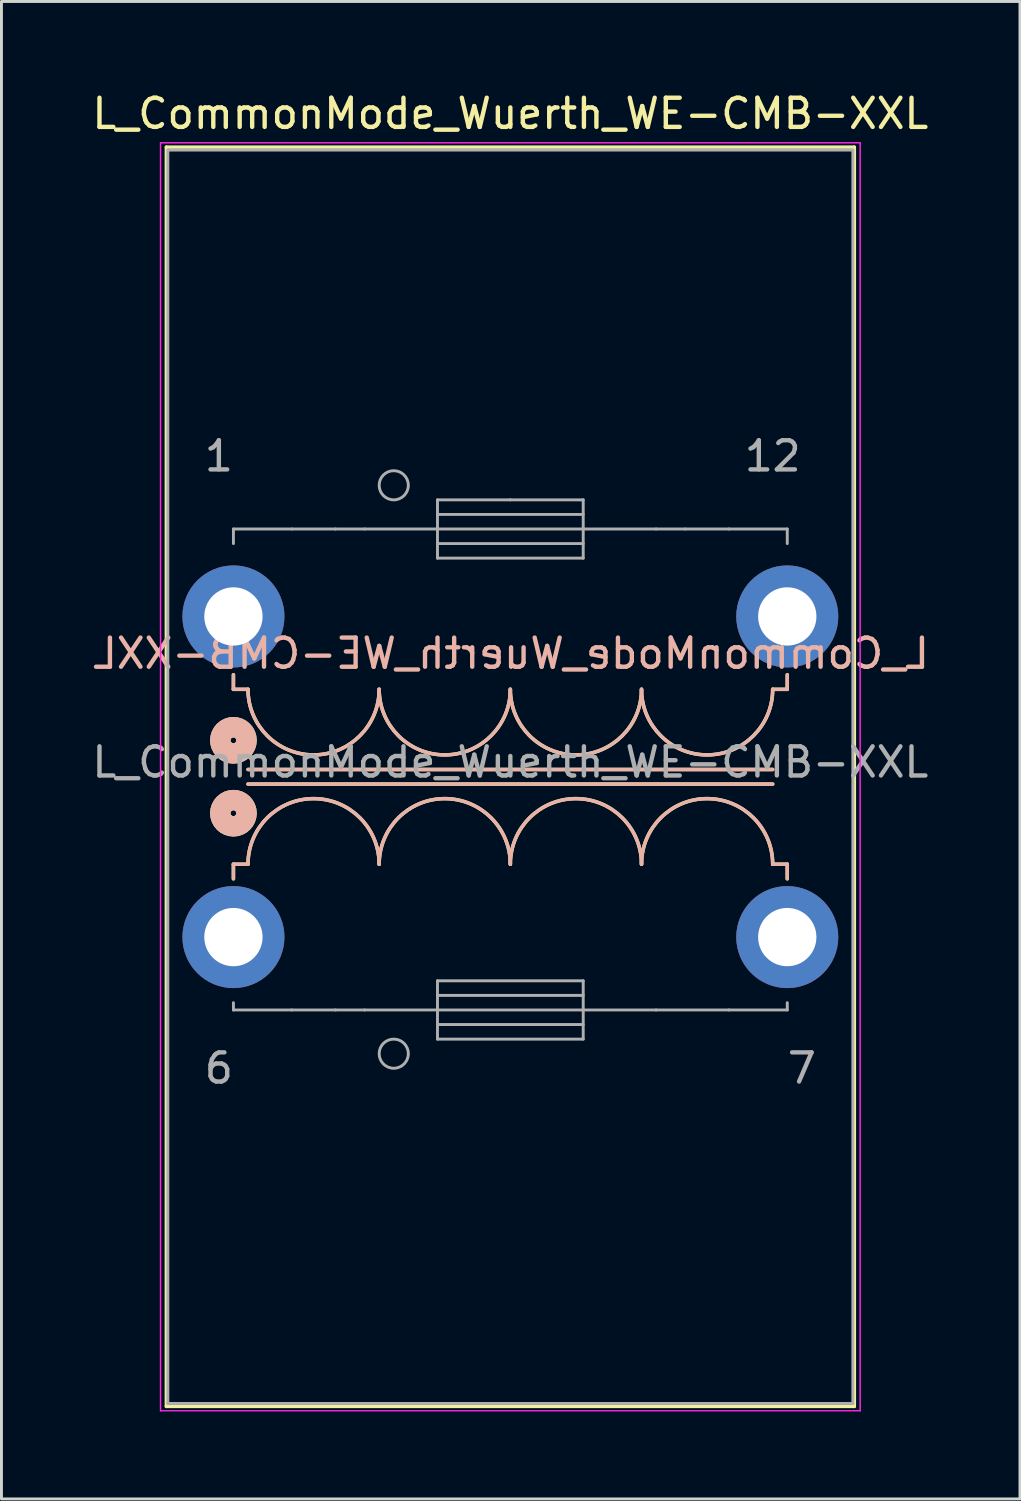
<source format=kicad_pcb>
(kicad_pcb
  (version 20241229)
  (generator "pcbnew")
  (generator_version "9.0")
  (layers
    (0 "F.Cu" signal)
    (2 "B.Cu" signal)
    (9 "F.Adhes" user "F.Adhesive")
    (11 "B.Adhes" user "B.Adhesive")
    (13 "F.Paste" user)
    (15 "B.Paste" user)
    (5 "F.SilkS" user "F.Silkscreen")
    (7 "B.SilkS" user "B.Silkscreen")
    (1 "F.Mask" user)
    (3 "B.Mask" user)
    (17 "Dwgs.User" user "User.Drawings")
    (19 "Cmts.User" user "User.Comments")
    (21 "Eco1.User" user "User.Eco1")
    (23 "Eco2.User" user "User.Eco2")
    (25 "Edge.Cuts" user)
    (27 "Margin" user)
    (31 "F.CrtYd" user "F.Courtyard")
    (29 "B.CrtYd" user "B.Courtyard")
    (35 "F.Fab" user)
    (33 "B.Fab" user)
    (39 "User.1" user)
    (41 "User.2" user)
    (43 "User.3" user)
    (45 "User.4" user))
  (footprint "L_CommonMode_Wuerth_WE-CMB-XXL"
    (layer "F.Cu")
    (at 4.958 18.098)
    (property "Reference" "L_CommonMode_Wuerth_WE-CMB-XXL" (at 9.5 -17.25 0) (layer "F.SilkS") (effects (font (size 1 1) (thickness 0.15))))
    (fp_line (start -2.3 -16.1) (end 21.3 -16.1) (stroke (width 0.12) (type solid)) (layer "F.SilkS"))
    (fp_line (start -2.3 27.1) (end -2.3 -16.1) (stroke (width 0.12) (type solid)) (layer "F.SilkS"))
    (fp_line (start 0 2.5) (end 0 2) (stroke (width 0.12) (type solid)) (layer "F.SilkS"))
    (fp_line (start 0 8.5) (end 0 9) (stroke (width 0.12) (type solid)) (layer "F.SilkS"))
    (fp_line (start 0.5 2.5) (end 0 2.5) (stroke (width 0.12) (type solid)) (layer "F.SilkS"))
    (fp_line (start 0.5 5.75) (end 18.5 5.75) (stroke (width 0.12) (type solid)) (layer "F.SilkS"))
    (fp_line (start 0.5 8.5) (end 0 8.5) (stroke (width 0.12) (type solid)) (layer "F.SilkS"))
    (fp_line (start 18.5 2.5) (end 19 2.5) (stroke (width 0.12) (type solid)) (layer "F.SilkS"))
    (fp_line (start 18.5 5.25) (end 0.5 5.25) (stroke (width 0.12) (type solid)) (layer "F.SilkS"))
    (fp_line (start 18.5 8.5) (end 19 8.5) (stroke (width 0.12) (type solid)) (layer "F.SilkS"))
    (fp_line (start 19 2.5) (end 19 2) (stroke (width 0.12) (type solid)) (layer "F.SilkS"))
    (fp_line (start 19 8.5) (end 19 9) (stroke (width 0.12) (type solid)) (layer "F.SilkS"))
    (fp_line (start 21.3 -16.1) (end 21.3 27.1) (stroke (width 0.12) (type solid)) (layer "F.SilkS"))
    (fp_line (start 21.3 27.1) (end -2.3 27.1) (stroke (width 0.12) (type solid)) (layer "F.SilkS"))
    (fp_arc (start 0.5 8.5) (mid 2.75 6.25) (end 5 8.5) (stroke (width 0.12) (type solid)) (layer "F.SilkS"))
    (fp_arc (start 5 2.5) (mid 2.75 4.75) (end 0.5 2.5) (stroke (width 0.12) (type solid)) (layer "F.SilkS"))
    (fp_arc (start 5 8.5) (mid 7.25 6.25) (end 9.5 8.5) (stroke (width 0.12) (type solid)) (layer "F.SilkS"))
    (fp_arc (start 9.5 2.5) (mid 7.25 4.75) (end 5 2.5) (stroke (width 0.12) (type solid)) (layer "F.SilkS"))
    (fp_arc (start 9.5 8.5) (mid 11.75 6.25) (end 14 8.5) (stroke (width 0.12) (type solid)) (layer "F.SilkS"))
    (fp_arc (start 14 2.5) (mid 11.75 4.75) (end 9.5 2.5) (stroke (width 0.12) (type solid)) (layer "F.SilkS"))
    (fp_arc (start 14 8.5) (mid 16.25 6.25) (end 18.5 8.5) (stroke (width 0.12) (type solid)) (layer "F.SilkS"))
    (fp_arc (start 18.5 2.5) (mid 16.25 4.75) (end 14 2.5) (stroke (width 0.12) (type solid)) (layer "F.SilkS"))
    (fp_circle (center 0 4.25) (end 0.1 4.25) (stroke (width 0.7) (type solid)) (fill no) (layer "F.SilkS"))
    (fp_circle (center 0 6.75) (end 0.1 6.75) (stroke (width 0.7) (type solid)) (fill no) (layer "F.SilkS"))
    (fp_line (start 0 2.5) (end 0 2) (stroke (width 0.12) (type solid)) (layer "B.SilkS"))
    (fp_line (start 0 8.5) (end 0 9) (stroke (width 0.12) (type solid)) (layer "B.SilkS"))
    (fp_line (start 0.5 2.5) (end 0 2.5) (stroke (width 0.12) (type solid)) (layer "B.SilkS"))
    (fp_line (start 0.5 5.25) (end 18.5 5.25) (stroke (width 0.12) (type solid)) (layer "B.SilkS"))
    (fp_line (start 0.5 8.5) (end 0 8.5) (stroke (width 0.12) (type solid)) (layer "B.SilkS"))
    (fp_line (start 18.5 2.5) (end 19 2.5) (stroke (width 0.12) (type solid)) (layer "B.SilkS"))
    (fp_line (start 18.5 5.75) (end 0.5 5.75) (stroke (width 0.12) (type solid)) (layer "B.SilkS"))
    (fp_line (start 18.5 8.5) (end 19 8.5) (stroke (width 0.12) (type solid)) (layer "B.SilkS"))
    (fp_line (start 19 2.5) (end 19 2) (stroke (width 0.12) (type solid)) (layer "B.SilkS"))
    (fp_line (start 19 8.5) (end 19 9) (stroke (width 0.12) (type solid)) (layer "B.SilkS"))
    (fp_arc (start 0.5 8.5) (mid 2.75 6.25) (end 5 8.5) (stroke (width 0.12) (type solid)) (layer "B.SilkS"))
    (fp_arc (start 5 2.5) (mid 2.75 4.75) (end 0.5 2.5) (stroke (width 0.12) (type solid)) (layer "B.SilkS"))
    (fp_arc (start 5 8.5) (mid 7.25 6.25) (end 9.5 8.5) (stroke (width 0.12) (type solid)) (layer "B.SilkS"))
    (fp_arc (start 9.5 2.5) (mid 7.25 4.75) (end 5 2.5) (stroke (width 0.12) (type solid)) (layer "B.SilkS"))
    (fp_arc (start 9.5 8.5) (mid 11.75 6.25) (end 14 8.5) (stroke (width 0.12) (type solid)) (layer "B.SilkS"))
    (fp_arc (start 14 2.5) (mid 11.75 4.75) (end 9.5 2.5) (stroke (width 0.12) (type solid)) (layer "B.SilkS"))
    (fp_arc (start 14 8.5) (mid 16.25 6.25) (end 18.5 8.5) (stroke (width 0.12) (type solid)) (layer "B.SilkS"))
    (fp_arc (start 18.5 2.5) (mid 16.25 4.75) (end 14 2.5) (stroke (width 0.12) (type solid)) (layer "B.SilkS"))
    (fp_circle (center 0 4.25) (end 0.1 4.25) (stroke (width 0.7) (type solid)) (fill no) (layer "B.SilkS"))
    (fp_circle (center 0 6.75) (end 0.1 6.75) (stroke (width 0.7) (type solid)) (fill no) (layer "B.SilkS"))
    (fp_line (start -2.5 -16.25) (end 21.5 -16.25) (stroke (width 0.05) (type solid)) (layer "F.CrtYd"))
    (fp_line (start -2.5 27.25) (end -2.5 -16.25) (stroke (width 0.05) (type solid)) (layer "F.CrtYd"))
    (fp_line (start 21.5 -16.25) (end 21.5 27.25) (stroke (width 0.05) (type solid)) (layer "F.CrtYd"))
    (fp_line (start 21.5 27.25) (end -2.5 27.25) (stroke (width 0.05) (type solid)) (layer "F.CrtYd"))
    (fp_line (start -2.25 -16) (end -2.25 27) (stroke (width 0.1) (type solid)) (layer "F.Fab"))
    (fp_line (start -2.25 27) (end 21.25 27) (stroke (width 0.1) (type solid)) (layer "F.Fab"))
    (fp_line (start 0 -3) (end 0 -2.5) (stroke (width 0.1) (type solid)) (layer "F.Fab"))
    (fp_line (start 0 13.5) (end 0 13.25) (stroke (width 0.1) (type solid)) (layer "F.Fab"))
    (fp_line (start 2 -3) (end 0 -3) (stroke (width 0.1) (type solid)) (layer "F.Fab"))
    (fp_line (start 2 13.5) (end 0 13.5) (stroke (width 0.1) (type solid)) (layer "F.Fab"))
    (fp_line (start 3.5 -3) (end 2 -3) (stroke (width 0.1) (type solid)) (layer "F.Fab"))
    (fp_line (start 3.5 13.5) (end 2 13.5) (stroke (width 0.1) (type solid)) (layer "F.Fab"))
    (fp_line (start 4.5 -3) (end 3.5 -3) (stroke (width 0.1) (type solid)) (layer "F.Fab"))
    (fp_line (start 4.5 13.5) (end 3.5 13.5) (stroke (width 0.1) (type solid)) (layer "F.Fab"))
    (fp_line (start 4.5 13.5) (end 7 13.5) (stroke (width 0.1) (type solid)) (layer "F.Fab"))
    (fp_line (start 7 -4) (end 9.5 -4) (stroke (width 0.1) (type solid)) (layer "F.Fab"))
    (fp_line (start 7 -3) (end 4.5 -3) (stroke (width 0.1) (type solid)) (layer "F.Fab"))
    (fp_line (start 7 -3) (end 12 -3) (stroke (width 0.1) (type solid)) (layer "F.Fab"))
    (fp_line (start 7 -2.5) (end 12 -2.5) (stroke (width 0.1) (type solid)) (layer "F.Fab"))
    (fp_line (start 7 -2) (end 7 -4) (stroke (width 0.1) (type solid)) (layer "F.Fab"))
    (fp_line (start 7 12.5) (end 12 12.5) (stroke (width 0.1) (type solid)) (layer "F.Fab"))
    (fp_line (start 7 14) (end 12 14) (stroke (width 0.1) (type solid)) (layer "F.Fab"))
    (fp_line (start 7 14.5) (end 7 12.5) (stroke (width 0.1) (type solid)) (layer "F.Fab"))
    (fp_line (start 9.5 -4) (end 12 -4) (stroke (width 0.1) (type solid)) (layer "F.Fab"))
    (fp_line (start 12 -4) (end 12 -2) (stroke (width 0.1) (type solid)) (layer "F.Fab"))
    (fp_line (start 12 -3.5) (end 7 -3.5) (stroke (width 0.1) (type solid)) (layer "F.Fab"))
    (fp_line (start 12 -3) (end 14.5 -3) (stroke (width 0.1) (type solid)) (layer "F.Fab"))
    (fp_line (start 12 -2) (end 7 -2) (stroke (width 0.1) (type solid)) (layer "F.Fab"))
    (fp_line (start 12 12.5) (end 12 14.5) (stroke (width 0.1) (type solid)) (layer "F.Fab"))
    (fp_line (start 12 13) (end 7 13) (stroke (width 0.1) (type solid)) (layer "F.Fab"))
    (fp_line (start 12 13.5) (end 7 13.5) (stroke (width 0.1) (type solid)) (layer "F.Fab"))
    (fp_line (start 12 14.5) (end 7 14.5) (stroke (width 0.1) (type solid)) (layer "F.Fab"))
    (fp_line (start 14.5 -3) (end 15.5 -3) (stroke (width 0.1) (type solid)) (layer "F.Fab"))
    (fp_line (start 14.5 13.5) (end 12 13.5) (stroke (width 0.1) (type solid)) (layer "F.Fab"))
    (fp_line (start 14.5 13.5) (end 17 13.5) (stroke (width 0.1) (type solid)) (layer "F.Fab"))
    (fp_line (start 15.5 -3) (end 17 -3) (stroke (width 0.1) (type solid)) (layer "F.Fab"))
    (fp_line (start 17 -3) (end 19 -3) (stroke (width 0.1) (type solid)) (layer "F.Fab"))
    (fp_line (start 17 13.5) (end 19 13.5) (stroke (width 0.1) (type solid)) (layer "F.Fab"))
    (fp_line (start 19 -3) (end 19 -2.5) (stroke (width 0.1) (type solid)) (layer "F.Fab"))
    (fp_line (start 19 13.5) (end 19 13.25) (stroke (width 0.1) (type solid)) (layer "F.Fab"))
    (fp_line (start 21.25 -16) (end -2.25 -16) (stroke (width 0.1) (type solid)) (layer "F.Fab"))
    (fp_line (start 21.25 27) (end 21.25 -16) (stroke (width 0.1) (type solid)) (layer "F.Fab"))
    (fp_circle (center 5.5 -4.5) (end 6 -4.5) (stroke (width 0.1) (type solid)) (fill no) (layer "F.Fab"))
    (fp_circle (center 5.5 15) (end 6 15) (stroke (width 0.1) (type solid)) (fill no) (layer "F.Fab"))
    (fp_text user "${REFERENCE}" (at 9.525 1.27 0) (layer "B.SilkS") (effects (font (size 1 1) (thickness 0.15)) (justify mirror)))
    (fp_text user "6" (at -0.5 15.5 0) (layer "F.Fab") (effects (font (size 1 1) (thickness 0.15))))
    (fp_text user "${REFERENCE}" (at 9.5 5 0) (layer "F.Fab") (effects (font (size 1 1) (thickness 0.15))))
    (fp_text user "7" (at 19.5 15.5 0) (layer "F.Fab") (effects (font (size 1 1) (thickness 0.15))))
    (fp_text user "1" (at -0.5 -5.5 0) (layer "F.Fab") (effects (font (size 1 1) (thickness 0.15))))
    (fp_text user "12" (at 18.5 -5.5 0) (layer "F.Fab") (effects (font (size 1 1) (thickness 0.15))))
    (pad "1" thru_hole circle (at 0 0) (size 3.5 3.5) (drill 2) (layers "*.Cu" "*.Mask"))
    (pad "6" thru_hole circle (at 0 11) (size 3.5 3.5) (drill 2) (layers "*.Cu" "*.Mask"))
    (pad "7" thru_hole circle (at 19 11) (size 3.5 3.5) (drill 2) (layers "*.Cu" "*.Mask"))
    (pad "12" thru_hole circle (at 19 0) (size 3.5 3.5) (drill 2) (layers "*.Cu" "*.Mask")))
  (gr_rect
    (start -3 -3)
    (end 31.942 48.373)
    (stroke (width 0.1) (type default))
    (fill no)
    (layer "Edge.Cuts")))
</source>
